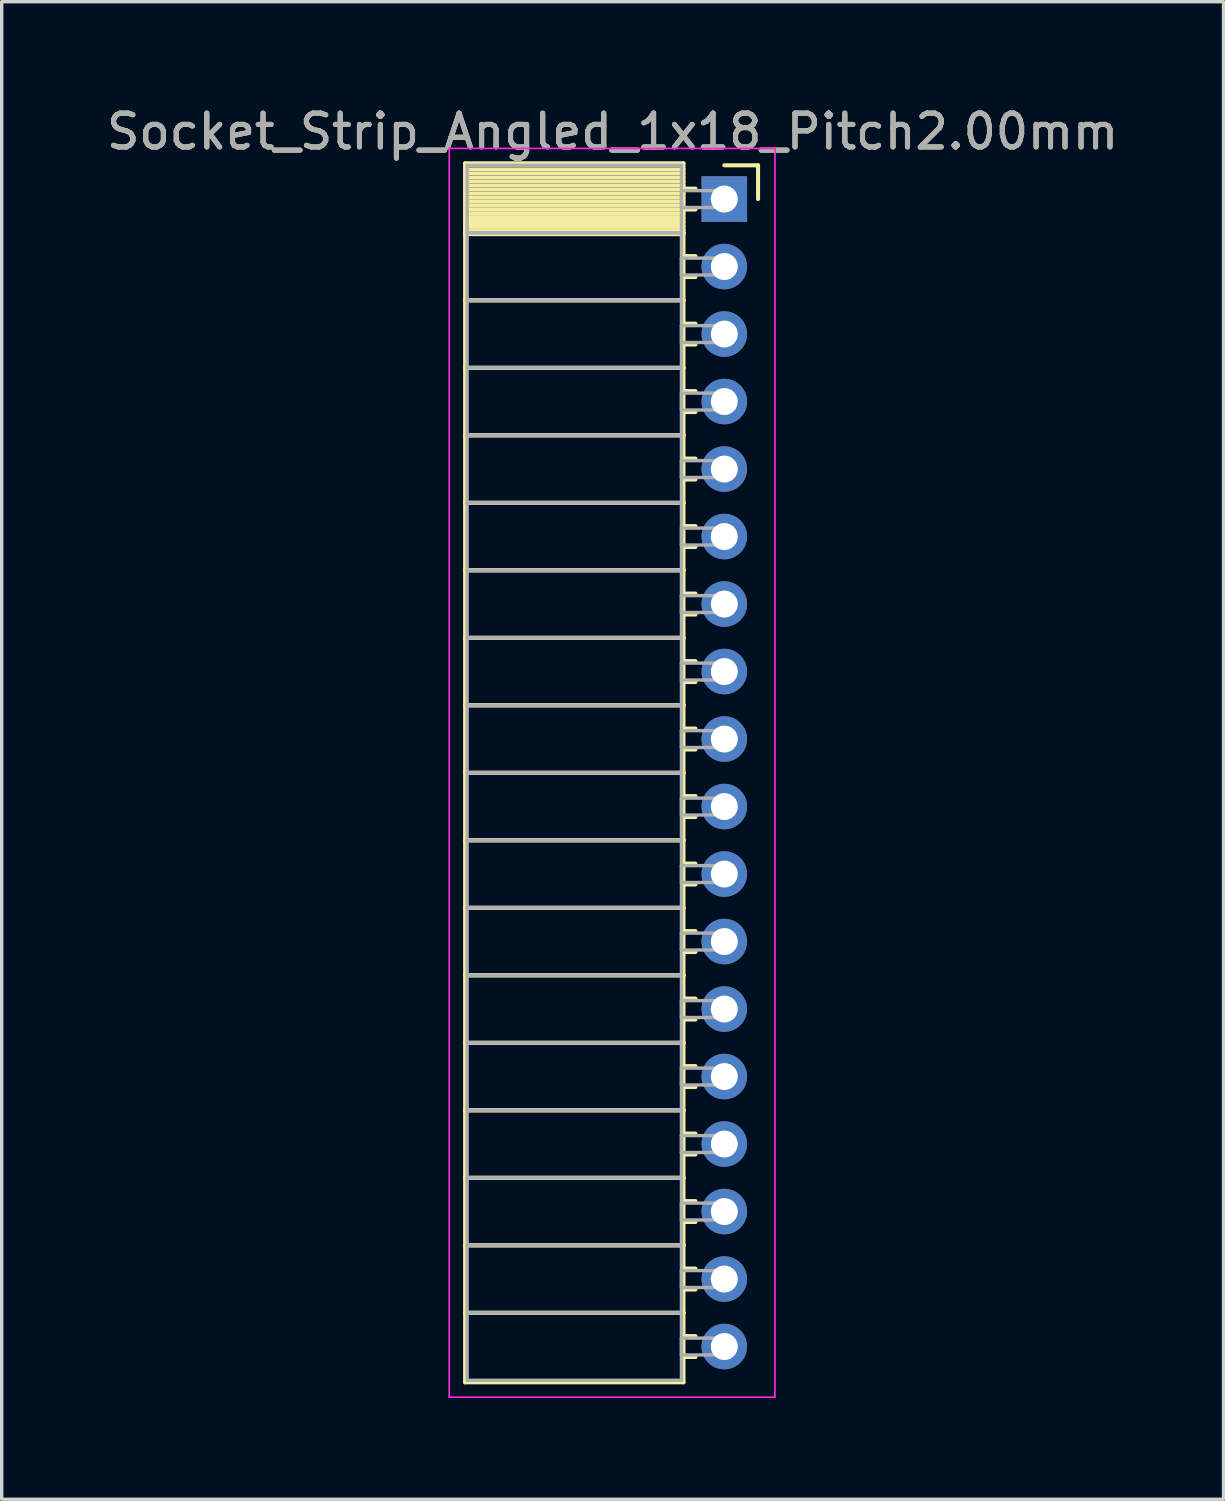
<source format=kicad_pcb>
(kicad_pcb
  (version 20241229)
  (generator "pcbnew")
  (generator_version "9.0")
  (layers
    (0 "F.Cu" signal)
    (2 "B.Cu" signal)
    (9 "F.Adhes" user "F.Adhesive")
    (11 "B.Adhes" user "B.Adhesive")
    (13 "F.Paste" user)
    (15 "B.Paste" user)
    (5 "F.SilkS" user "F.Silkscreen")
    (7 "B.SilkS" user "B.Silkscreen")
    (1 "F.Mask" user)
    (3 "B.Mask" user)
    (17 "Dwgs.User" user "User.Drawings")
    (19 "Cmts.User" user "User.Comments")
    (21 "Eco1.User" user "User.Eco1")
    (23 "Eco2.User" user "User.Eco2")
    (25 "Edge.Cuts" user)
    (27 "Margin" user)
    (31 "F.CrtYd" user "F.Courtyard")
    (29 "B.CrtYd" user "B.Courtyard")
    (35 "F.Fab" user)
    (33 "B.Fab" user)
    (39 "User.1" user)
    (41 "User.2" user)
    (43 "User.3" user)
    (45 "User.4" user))
  (footprint "Socket_Strip_Angled_1x18_Pitch2.00mm"
    (layer "F.Cu")
    (at 18.411 2.848)
    (property "Reference" "Socket_Strip_Angled_1x18_Pitch2.00mm" (at -3.31 -2 0) (layer "F.SilkS") (effects (font (size 1 1) (thickness 0.15))))
    (attr through_hole)
    (fp_line (start -7.68 -1.06) (end -1.21 -1.06) (stroke (width 0.12) (type solid)) (layer "F.SilkS"))
    (fp_line (start -7.68 1) (end -7.68 -1.06) (stroke (width 0.12) (type solid)) (layer "F.SilkS"))
    (fp_line (start -7.68 1) (end -1.21 1) (stroke (width 0.12) (type solid)) (layer "F.SilkS"))
    (fp_line (start -7.68 3) (end -7.68 1) (stroke (width 0.12) (type solid)) (layer "F.SilkS"))
    (fp_line (start -7.68 3) (end -1.21 3) (stroke (width 0.12) (type solid)) (layer "F.SilkS"))
    (fp_line (start -7.68 5) (end -7.68 3) (stroke (width 0.12) (type solid)) (layer "F.SilkS"))
    (fp_line (start -7.68 5) (end -1.21 5) (stroke (width 0.12) (type solid)) (layer "F.SilkS"))
    (fp_line (start -7.68 7) (end -7.68 5) (stroke (width 0.12) (type solid)) (layer "F.SilkS"))
    (fp_line (start -7.68 7) (end -1.21 7) (stroke (width 0.12) (type solid)) (layer "F.SilkS"))
    (fp_line (start -7.68 9) (end -7.68 7) (stroke (width 0.12) (type solid)) (layer "F.SilkS"))
    (fp_line (start -7.68 9) (end -1.21 9) (stroke (width 0.12) (type solid)) (layer "F.SilkS"))
    (fp_line (start -7.68 11) (end -7.68 9) (stroke (width 0.12) (type solid)) (layer "F.SilkS"))
    (fp_line (start -7.68 11) (end -1.21 11) (stroke (width 0.12) (type solid)) (layer "F.SilkS"))
    (fp_line (start -7.68 13) (end -7.68 11) (stroke (width 0.12) (type solid)) (layer "F.SilkS"))
    (fp_line (start -7.68 13) (end -1.21 13) (stroke (width 0.12) (type solid)) (layer "F.SilkS"))
    (fp_line (start -7.68 15) (end -7.68 13) (stroke (width 0.12) (type solid)) (layer "F.SilkS"))
    (fp_line (start -7.68 15) (end -1.21 15) (stroke (width 0.12) (type solid)) (layer "F.SilkS"))
    (fp_line (start -7.68 17) (end -7.68 15) (stroke (width 0.12) (type solid)) (layer "F.SilkS"))
    (fp_line (start -7.68 17) (end -1.21 17) (stroke (width 0.12) (type solid)) (layer "F.SilkS"))
    (fp_line (start -7.68 19) (end -7.68 17) (stroke (width 0.12) (type solid)) (layer "F.SilkS"))
    (fp_line (start -7.68 19) (end -1.21 19) (stroke (width 0.12) (type solid)) (layer "F.SilkS"))
    (fp_line (start -7.68 21) (end -7.68 19) (stroke (width 0.12) (type solid)) (layer "F.SilkS"))
    (fp_line (start -7.68 21) (end -1.21 21) (stroke (width 0.12) (type solid)) (layer "F.SilkS"))
    (fp_line (start -7.68 23) (end -7.68 21) (stroke (width 0.12) (type solid)) (layer "F.SilkS"))
    (fp_line (start -7.68 23) (end -1.21 23) (stroke (width 0.12) (type solid)) (layer "F.SilkS"))
    (fp_line (start -7.68 25) (end -7.68 23) (stroke (width 0.12) (type solid)) (layer "F.SilkS"))
    (fp_line (start -7.68 25) (end -1.21 25) (stroke (width 0.12) (type solid)) (layer "F.SilkS"))
    (fp_line (start -7.68 27) (end -7.68 25) (stroke (width 0.12) (type solid)) (layer "F.SilkS"))
    (fp_line (start -7.68 27) (end -1.21 27) (stroke (width 0.12) (type solid)) (layer "F.SilkS"))
    (fp_line (start -7.68 29) (end -7.68 27) (stroke (width 0.12) (type solid)) (layer "F.SilkS"))
    (fp_line (start -7.68 29) (end -1.21 29) (stroke (width 0.12) (type solid)) (layer "F.SilkS"))
    (fp_line (start -7.68 31) (end -7.68 29) (stroke (width 0.12) (type solid)) (layer "F.SilkS"))
    (fp_line (start -7.68 31) (end -1.21 31) (stroke (width 0.12) (type solid)) (layer "F.SilkS"))
    (fp_line (start -7.68 33) (end -7.68 31) (stroke (width 0.12) (type solid)) (layer "F.SilkS"))
    (fp_line (start -7.68 33) (end -1.21 33) (stroke (width 0.12) (type solid)) (layer "F.SilkS"))
    (fp_line (start -7.68 35.06) (end -7.68 33) (stroke (width 0.12) (type solid)) (layer "F.SilkS"))
    (fp_line (start -1.21 -1.06) (end -1.21 1) (stroke (width 0.12) (type solid)) (layer "F.SilkS"))
    (fp_line (start -1.21 -0.88) (end -7.68 -0.88) (stroke (width 0.12) (type solid)) (layer "F.SilkS"))
    (fp_line (start -1.21 -0.76) (end -7.68 -0.76) (stroke (width 0.12) (type solid)) (layer "F.SilkS"))
    (fp_line (start -1.21 -0.64) (end -7.68 -0.64) (stroke (width 0.12) (type solid)) (layer "F.SilkS"))
    (fp_line (start -1.21 -0.52) (end -7.68 -0.52) (stroke (width 0.12) (type solid)) (layer "F.SilkS"))
    (fp_line (start -1.21 -0.4) (end -7.68 -0.4) (stroke (width 0.12) (type solid)) (layer "F.SilkS"))
    (fp_line (start -1.21 -0.28) (end -7.68 -0.28) (stroke (width 0.12) (type solid)) (layer "F.SilkS"))
    (fp_line (start -1.21 -0.16) (end -7.68 -0.16) (stroke (width 0.12) (type solid)) (layer "F.SilkS"))
    (fp_line (start -1.21 -0.04) (end -7.68 -0.04) (stroke (width 0.12) (type solid)) (layer "F.SilkS"))
    (fp_line (start -1.21 0.08) (end -7.68 0.08) (stroke (width 0.12) (type solid)) (layer "F.SilkS"))
    (fp_line (start -1.21 0.2) (end -7.68 0.2) (stroke (width 0.12) (type solid)) (layer "F.SilkS"))
    (fp_line (start -1.21 0.32) (end -7.68 0.32) (stroke (width 0.12) (type solid)) (layer "F.SilkS"))
    (fp_line (start -1.21 0.44) (end -7.68 0.44) (stroke (width 0.12) (type solid)) (layer "F.SilkS"))
    (fp_line (start -1.21 0.56) (end -7.68 0.56) (stroke (width 0.12) (type solid)) (layer "F.SilkS"))
    (fp_line (start -1.21 0.68) (end -7.68 0.68) (stroke (width 0.12) (type solid)) (layer "F.SilkS"))
    (fp_line (start -1.21 0.8) (end -7.68 0.8) (stroke (width 0.12) (type solid)) (layer "F.SilkS"))
    (fp_line (start -1.21 0.92) (end -7.68 0.92) (stroke (width 0.12) (type solid)) (layer "F.SilkS"))
    (fp_line (start -1.21 1) (end -7.68 1) (stroke (width 0.12) (type solid)) (layer "F.SilkS"))
    (fp_line (start -1.21 1) (end -1.21 3) (stroke (width 0.12) (type solid)) (layer "F.SilkS"))
    (fp_line (start -1.21 1.04) (end -7.68 1.04) (stroke (width 0.12) (type solid)) (layer "F.SilkS"))
    (fp_line (start -1.21 3) (end -7.68 3) (stroke (width 0.12) (type solid)) (layer "F.SilkS"))
    (fp_line (start -1.21 3) (end -1.21 5) (stroke (width 0.12) (type solid)) (layer "F.SilkS"))
    (fp_line (start -1.21 5) (end -7.68 5) (stroke (width 0.12) (type solid)) (layer "F.SilkS"))
    (fp_line (start -1.21 5) (end -1.21 7) (stroke (width 0.12) (type solid)) (layer "F.SilkS"))
    (fp_line (start -1.21 7) (end -7.68 7) (stroke (width 0.12) (type solid)) (layer "F.SilkS"))
    (fp_line (start -1.21 7) (end -1.21 9) (stroke (width 0.12) (type solid)) (layer "F.SilkS"))
    (fp_line (start -1.21 9) (end -7.68 9) (stroke (width 0.12) (type solid)) (layer "F.SilkS"))
    (fp_line (start -1.21 9) (end -1.21 11) (stroke (width 0.12) (type solid)) (layer "F.SilkS"))
    (fp_line (start -1.21 11) (end -7.68 11) (stroke (width 0.12) (type solid)) (layer "F.SilkS"))
    (fp_line (start -1.21 11) (end -1.21 13) (stroke (width 0.12) (type solid)) (layer "F.SilkS"))
    (fp_line (start -1.21 13) (end -7.68 13) (stroke (width 0.12) (type solid)) (layer "F.SilkS"))
    (fp_line (start -1.21 13) (end -1.21 15) (stroke (width 0.12) (type solid)) (layer "F.SilkS"))
    (fp_line (start -1.21 15) (end -7.68 15) (stroke (width 0.12) (type solid)) (layer "F.SilkS"))
    (fp_line (start -1.21 15) (end -1.21 17) (stroke (width 0.12) (type solid)) (layer "F.SilkS"))
    (fp_line (start -1.21 17) (end -7.68 17) (stroke (width 0.12) (type solid)) (layer "F.SilkS"))
    (fp_line (start -1.21 17) (end -1.21 19) (stroke (width 0.12) (type solid)) (layer "F.SilkS"))
    (fp_line (start -1.21 19) (end -7.68 19) (stroke (width 0.12) (type solid)) (layer "F.SilkS"))
    (fp_line (start -1.21 19) (end -1.21 21) (stroke (width 0.12) (type solid)) (layer "F.SilkS"))
    (fp_line (start -1.21 21) (end -7.68 21) (stroke (width 0.12) (type solid)) (layer "F.SilkS"))
    (fp_line (start -1.21 21) (end -1.21 23) (stroke (width 0.12) (type solid)) (layer "F.SilkS"))
    (fp_line (start -1.21 23) (end -7.68 23) (stroke (width 0.12) (type solid)) (layer "F.SilkS"))
    (fp_line (start -1.21 23) (end -1.21 25) (stroke (width 0.12) (type solid)) (layer "F.SilkS"))
    (fp_line (start -1.21 25) (end -7.68 25) (stroke (width 0.12) (type solid)) (layer "F.SilkS"))
    (fp_line (start -1.21 25) (end -1.21 27) (stroke (width 0.12) (type solid)) (layer "F.SilkS"))
    (fp_line (start -1.21 27) (end -7.68 27) (stroke (width 0.12) (type solid)) (layer "F.SilkS"))
    (fp_line (start -1.21 27) (end -1.21 29) (stroke (width 0.12) (type solid)) (layer "F.SilkS"))
    (fp_line (start -1.21 29) (end -7.68 29) (stroke (width 0.12) (type solid)) (layer "F.SilkS"))
    (fp_line (start -1.21 29) (end -1.21 31) (stroke (width 0.12) (type solid)) (layer "F.SilkS"))
    (fp_line (start -1.21 31) (end -7.68 31) (stroke (width 0.12) (type solid)) (layer "F.SilkS"))
    (fp_line (start -1.21 31) (end -1.21 33) (stroke (width 0.12) (type solid)) (layer "F.SilkS"))
    (fp_line (start -1.21 33) (end -7.68 33) (stroke (width 0.12) (type solid)) (layer "F.SilkS"))
    (fp_line (start -1.21 33) (end -1.21 35.06) (stroke (width 0.12) (type solid)) (layer "F.SilkS"))
    (fp_line (start -1.21 35.06) (end -7.68 35.06) (stroke (width 0.12) (type solid)) (layer "F.SilkS"))
    (fp_line (start -0.855 -0.31) (end -1.21 -0.31) (stroke (width 0.12) (type solid)) (layer "F.SilkS"))
    (fp_line (start -0.855 0.31) (end -1.21 0.31) (stroke (width 0.12) (type solid)) (layer "F.SilkS"))
    (fp_line (start -0.855 1.69) (end -1.21 1.69) (stroke (width 0.12) (type solid)) (layer "F.SilkS"))
    (fp_line (start -0.855 2.31) (end -1.21 2.31) (stroke (width 0.12) (type solid)) (layer "F.SilkS"))
    (fp_line (start -0.855 3.69) (end -1.21 3.69) (stroke (width 0.12) (type solid)) (layer "F.SilkS"))
    (fp_line (start -0.855 4.31) (end -1.21 4.31) (stroke (width 0.12) (type solid)) (layer "F.SilkS"))
    (fp_line (start -0.855 5.69) (end -1.21 5.69) (stroke (width 0.12) (type solid)) (layer "F.SilkS"))
    (fp_line (start -0.855 6.31) (end -1.21 6.31) (stroke (width 0.12) (type solid)) (layer "F.SilkS"))
    (fp_line (start -0.855 7.69) (end -1.21 7.69) (stroke (width 0.12) (type solid)) (layer "F.SilkS"))
    (fp_line (start -0.855 8.31) (end -1.21 8.31) (stroke (width 0.12) (type solid)) (layer "F.SilkS"))
    (fp_line (start -0.855 9.69) (end -1.21 9.69) (stroke (width 0.12) (type solid)) (layer "F.SilkS"))
    (fp_line (start -0.855 10.31) (end -1.21 10.31) (stroke (width 0.12) (type solid)) (layer "F.SilkS"))
    (fp_line (start -0.855 11.69) (end -1.21 11.69) (stroke (width 0.12) (type solid)) (layer "F.SilkS"))
    (fp_line (start -0.855 12.31) (end -1.21 12.31) (stroke (width 0.12) (type solid)) (layer "F.SilkS"))
    (fp_line (start -0.855 13.69) (end -1.21 13.69) (stroke (width 0.12) (type solid)) (layer "F.SilkS"))
    (fp_line (start -0.855 14.31) (end -1.21 14.31) (stroke (width 0.12) (type solid)) (layer "F.SilkS"))
    (fp_line (start -0.855 15.69) (end -1.21 15.69) (stroke (width 0.12) (type solid)) (layer "F.SilkS"))
    (fp_line (start -0.855 16.31) (end -1.21 16.31) (stroke (width 0.12) (type solid)) (layer "F.SilkS"))
    (fp_line (start -0.855 17.69) (end -1.21 17.69) (stroke (width 0.12) (type solid)) (layer "F.SilkS"))
    (fp_line (start -0.855 18.31) (end -1.21 18.31) (stroke (width 0.12) (type solid)) (layer "F.SilkS"))
    (fp_line (start -0.855 19.69) (end -1.21 19.69) (stroke (width 0.12) (type solid)) (layer "F.SilkS"))
    (fp_line (start -0.855 20.31) (end -1.21 20.31) (stroke (width 0.12) (type solid)) (layer "F.SilkS"))
    (fp_line (start -0.855 21.69) (end -1.21 21.69) (stroke (width 0.12) (type solid)) (layer "F.SilkS"))
    (fp_line (start -0.855 22.31) (end -1.21 22.31) (stroke (width 0.12) (type solid)) (layer "F.SilkS"))
    (fp_line (start -0.855 23.69) (end -1.21 23.69) (stroke (width 0.12) (type solid)) (layer "F.SilkS"))
    (fp_line (start -0.855 24.31) (end -1.21 24.31) (stroke (width 0.12) (type solid)) (layer "F.SilkS"))
    (fp_line (start -0.855 25.69) (end -1.21 25.69) (stroke (width 0.12) (type solid)) (layer "F.SilkS"))
    (fp_line (start -0.855 26.31) (end -1.21 26.31) (stroke (width 0.12) (type solid)) (layer "F.SilkS"))
    (fp_line (start -0.855 27.69) (end -1.21 27.69) (stroke (width 0.12) (type solid)) (layer "F.SilkS"))
    (fp_line (start -0.855 28.31) (end -1.21 28.31) (stroke (width 0.12) (type solid)) (layer "F.SilkS"))
    (fp_line (start -0.855 29.69) (end -1.21 29.69) (stroke (width 0.12) (type solid)) (layer "F.SilkS"))
    (fp_line (start -0.855 30.31) (end -1.21 30.31) (stroke (width 0.12) (type solid)) (layer "F.SilkS"))
    (fp_line (start -0.855 31.69) (end -1.21 31.69) (stroke (width 0.12) (type solid)) (layer "F.SilkS"))
    (fp_line (start -0.855 32.31) (end -1.21 32.31) (stroke (width 0.12) (type solid)) (layer "F.SilkS"))
    (fp_line (start -0.855 33.69) (end -1.21 33.69) (stroke (width 0.12) (type solid)) (layer "F.SilkS"))
    (fp_line (start -0.855 34.31) (end -1.21 34.31) (stroke (width 0.12) (type solid)) (layer "F.SilkS"))
    (fp_line (start 0 -1) (end 1 -1) (stroke (width 0.12) (type solid)) (layer "F.SilkS"))
    (fp_line (start 1 -1) (end 1 0) (stroke (width 0.12) (type solid)) (layer "F.SilkS"))
    (fp_line (start -8.15 -1.5) (end 1.5 -1.5) (stroke (width 0.05) (type solid)) (layer "F.CrtYd"))
    (fp_line (start -8.15 35.5) (end -8.15 -1.5) (stroke (width 0.05) (type solid)) (layer "F.CrtYd"))
    (fp_line (start 1.5 -1.5) (end 1.5 35.5) (stroke (width 0.05) (type solid)) (layer "F.CrtYd"))
    (fp_line (start 1.5 35.5) (end -8.15 35.5) (stroke (width 0.05) (type solid)) (layer "F.CrtYd"))
    (fp_line (start -7.62 -1) (end -1.27 -1) (stroke (width 0.1) (type solid)) (layer "F.Fab"))
    (fp_line (start -7.62 1) (end -7.62 -1) (stroke (width 0.1) (type solid)) (layer "F.Fab"))
    (fp_line (start -7.62 1) (end -1.27 1) (stroke (width 0.1) (type solid)) (layer "F.Fab"))
    (fp_line (start -7.62 3) (end -7.62 1) (stroke (width 0.1) (type solid)) (layer "F.Fab"))
    (fp_line (start -7.62 3) (end -1.27 3) (stroke (width 0.1) (type solid)) (layer "F.Fab"))
    (fp_line (start -7.62 5) (end -7.62 3) (stroke (width 0.1) (type solid)) (layer "F.Fab"))
    (fp_line (start -7.62 5) (end -1.27 5) (stroke (width 0.1) (type solid)) (layer "F.Fab"))
    (fp_line (start -7.62 7) (end -7.62 5) (stroke (width 0.1) (type solid)) (layer "F.Fab"))
    (fp_line (start -7.62 7) (end -1.27 7) (stroke (width 0.1) (type solid)) (layer "F.Fab"))
    (fp_line (start -7.62 9) (end -7.62 7) (stroke (width 0.1) (type solid)) (layer "F.Fab"))
    (fp_line (start -7.62 9) (end -1.27 9) (stroke (width 0.1) (type solid)) (layer "F.Fab"))
    (fp_line (start -7.62 11) (end -7.62 9) (stroke (width 0.1) (type solid)) (layer "F.Fab"))
    (fp_line (start -7.62 11) (end -1.27 11) (stroke (width 0.1) (type solid)) (layer "F.Fab"))
    (fp_line (start -7.62 13) (end -7.62 11) (stroke (width 0.1) (type solid)) (layer "F.Fab"))
    (fp_line (start -7.62 13) (end -1.27 13) (stroke (width 0.1) (type solid)) (layer "F.Fab"))
    (fp_line (start -7.62 15) (end -7.62 13) (stroke (width 0.1) (type solid)) (layer "F.Fab"))
    (fp_line (start -7.62 15) (end -1.27 15) (stroke (width 0.1) (type solid)) (layer "F.Fab"))
    (fp_line (start -7.62 17) (end -7.62 15) (stroke (width 0.1) (type solid)) (layer "F.Fab"))
    (fp_line (start -7.62 17) (end -1.27 17) (stroke (width 0.1) (type solid)) (layer "F.Fab"))
    (fp_line (start -7.62 19) (end -7.62 17) (stroke (width 0.1) (type solid)) (layer "F.Fab"))
    (fp_line (start -7.62 19) (end -1.27 19) (stroke (width 0.1) (type solid)) (layer "F.Fab"))
    (fp_line (start -7.62 21) (end -7.62 19) (stroke (width 0.1) (type solid)) (layer "F.Fab"))
    (fp_line (start -7.62 21) (end -1.27 21) (stroke (width 0.1) (type solid)) (layer "F.Fab"))
    (fp_line (start -7.62 23) (end -7.62 21) (stroke (width 0.1) (type solid)) (layer "F.Fab"))
    (fp_line (start -7.62 23) (end -1.27 23) (stroke (width 0.1) (type solid)) (layer "F.Fab"))
    (fp_line (start -7.62 25) (end -7.62 23) (stroke (width 0.1) (type solid)) (layer "F.Fab"))
    (fp_line (start -7.62 25) (end -1.27 25) (stroke (width 0.1) (type solid)) (layer "F.Fab"))
    (fp_line (start -7.62 27) (end -7.62 25) (stroke (width 0.1) (type solid)) (layer "F.Fab"))
    (fp_line (start -7.62 27) (end -1.27 27) (stroke (width 0.1) (type solid)) (layer "F.Fab"))
    (fp_line (start -7.62 29) (end -7.62 27) (stroke (width 0.1) (type solid)) (layer "F.Fab"))
    (fp_line (start -7.62 29) (end -1.27 29) (stroke (width 0.1) (type solid)) (layer "F.Fab"))
    (fp_line (start -7.62 31) (end -7.62 29) (stroke (width 0.1) (type solid)) (layer "F.Fab"))
    (fp_line (start -7.62 31) (end -1.27 31) (stroke (width 0.1) (type solid)) (layer "F.Fab"))
    (fp_line (start -7.62 33) (end -7.62 31) (stroke (width 0.1) (type solid)) (layer "F.Fab"))
    (fp_line (start -7.62 33) (end -1.27 33) (stroke (width 0.1) (type solid)) (layer "F.Fab"))
    (fp_line (start -7.62 35) (end -7.62 33) (stroke (width 0.1) (type solid)) (layer "F.Fab"))
    (fp_line (start -1.27 -1) (end -1.27 1) (stroke (width 0.1) (type solid)) (layer "F.Fab"))
    (fp_line (start -1.27 -0.25) (end 0 -0.25) (stroke (width 0.1) (type solid)) (layer "F.Fab"))
    (fp_line (start -1.27 0.25) (end -1.27 -0.25) (stroke (width 0.1) (type solid)) (layer "F.Fab"))
    (fp_line (start -1.27 1) (end -7.62 1) (stroke (width 0.1) (type solid)) (layer "F.Fab"))
    (fp_line (start -1.27 1) (end -1.27 3) (stroke (width 0.1) (type solid)) (layer "F.Fab"))
    (fp_line (start -1.27 1.75) (end 0 1.75) (stroke (width 0.1) (type solid)) (layer "F.Fab"))
    (fp_line (start -1.27 2.25) (end -1.27 1.75) (stroke (width 0.1) (type solid)) (layer "F.Fab"))
    (fp_line (start -1.27 3) (end -7.62 3) (stroke (width 0.1) (type solid)) (layer "F.Fab"))
    (fp_line (start -1.27 3) (end -1.27 5) (stroke (width 0.1) (type solid)) (layer "F.Fab"))
    (fp_line (start -1.27 3.75) (end 0 3.75) (stroke (width 0.1) (type solid)) (layer "F.Fab"))
    (fp_line (start -1.27 4.25) (end -1.27 3.75) (stroke (width 0.1) (type solid)) (layer "F.Fab"))
    (fp_line (start -1.27 5) (end -7.62 5) (stroke (width 0.1) (type solid)) (layer "F.Fab"))
    (fp_line (start -1.27 5) (end -1.27 7) (stroke (width 0.1) (type solid)) (layer "F.Fab"))
    (fp_line (start -1.27 5.75) (end 0 5.75) (stroke (width 0.1) (type solid)) (layer "F.Fab"))
    (fp_line (start -1.27 6.25) (end -1.27 5.75) (stroke (width 0.1) (type solid)) (layer "F.Fab"))
    (fp_line (start -1.27 7) (end -7.62 7) (stroke (width 0.1) (type solid)) (layer "F.Fab"))
    (fp_line (start -1.27 7) (end -1.27 9) (stroke (width 0.1) (type solid)) (layer "F.Fab"))
    (fp_line (start -1.27 7.75) (end 0 7.75) (stroke (width 0.1) (type solid)) (layer "F.Fab"))
    (fp_line (start -1.27 8.25) (end -1.27 7.75) (stroke (width 0.1) (type solid)) (layer "F.Fab"))
    (fp_line (start -1.27 9) (end -7.62 9) (stroke (width 0.1) (type solid)) (layer "F.Fab"))
    (fp_line (start -1.27 9) (end -1.27 11) (stroke (width 0.1) (type solid)) (layer "F.Fab"))
    (fp_line (start -1.27 9.75) (end 0 9.75) (stroke (width 0.1) (type solid)) (layer "F.Fab"))
    (fp_line (start -1.27 10.25) (end -1.27 9.75) (stroke (width 0.1) (type solid)) (layer "F.Fab"))
    (fp_line (start -1.27 11) (end -7.62 11) (stroke (width 0.1) (type solid)) (layer "F.Fab"))
    (fp_line (start -1.27 11) (end -1.27 13) (stroke (width 0.1) (type solid)) (layer "F.Fab"))
    (fp_line (start -1.27 11.75) (end 0 11.75) (stroke (width 0.1) (type solid)) (layer "F.Fab"))
    (fp_line (start -1.27 12.25) (end -1.27 11.75) (stroke (width 0.1) (type solid)) (layer "F.Fab"))
    (fp_line (start -1.27 13) (end -7.62 13) (stroke (width 0.1) (type solid)) (layer "F.Fab"))
    (fp_line (start -1.27 13) (end -1.27 15) (stroke (width 0.1) (type solid)) (layer "F.Fab"))
    (fp_line (start -1.27 13.75) (end 0 13.75) (stroke (width 0.1) (type solid)) (layer "F.Fab"))
    (fp_line (start -1.27 14.25) (end -1.27 13.75) (stroke (width 0.1) (type solid)) (layer "F.Fab"))
    (fp_line (start -1.27 15) (end -7.62 15) (stroke (width 0.1) (type solid)) (layer "F.Fab"))
    (fp_line (start -1.27 15) (end -1.27 17) (stroke (width 0.1) (type solid)) (layer "F.Fab"))
    (fp_line (start -1.27 15.75) (end 0 15.75) (stroke (width 0.1) (type solid)) (layer "F.Fab"))
    (fp_line (start -1.27 16.25) (end -1.27 15.75) (stroke (width 0.1) (type solid)) (layer "F.Fab"))
    (fp_line (start -1.27 17) (end -7.62 17) (stroke (width 0.1) (type solid)) (layer "F.Fab"))
    (fp_line (start -1.27 17) (end -1.27 19) (stroke (width 0.1) (type solid)) (layer "F.Fab"))
    (fp_line (start -1.27 17.75) (end 0 17.75) (stroke (width 0.1) (type solid)) (layer "F.Fab"))
    (fp_line (start -1.27 18.25) (end -1.27 17.75) (stroke (width 0.1) (type solid)) (layer "F.Fab"))
    (fp_line (start -1.27 19) (end -7.62 19) (stroke (width 0.1) (type solid)) (layer "F.Fab"))
    (fp_line (start -1.27 19) (end -1.27 21) (stroke (width 0.1) (type solid)) (layer "F.Fab"))
    (fp_line (start -1.27 19.75) (end 0 19.75) (stroke (width 0.1) (type solid)) (layer "F.Fab"))
    (fp_line (start -1.27 20.25) (end -1.27 19.75) (stroke (width 0.1) (type solid)) (layer "F.Fab"))
    (fp_line (start -1.27 21) (end -7.62 21) (stroke (width 0.1) (type solid)) (layer "F.Fab"))
    (fp_line (start -1.27 21) (end -1.27 23) (stroke (width 0.1) (type solid)) (layer "F.Fab"))
    (fp_line (start -1.27 21.75) (end 0 21.75) (stroke (width 0.1) (type solid)) (layer "F.Fab"))
    (fp_line (start -1.27 22.25) (end -1.27 21.75) (stroke (width 0.1) (type solid)) (layer "F.Fab"))
    (fp_line (start -1.27 23) (end -7.62 23) (stroke (width 0.1) (type solid)) (layer "F.Fab"))
    (fp_line (start -1.27 23) (end -1.27 25) (stroke (width 0.1) (type solid)) (layer "F.Fab"))
    (fp_line (start -1.27 23.75) (end 0 23.75) (stroke (width 0.1) (type solid)) (layer "F.Fab"))
    (fp_line (start -1.27 24.25) (end -1.27 23.75) (stroke (width 0.1) (type solid)) (layer "F.Fab"))
    (fp_line (start -1.27 25) (end -7.62 25) (stroke (width 0.1) (type solid)) (layer "F.Fab"))
    (fp_line (start -1.27 25) (end -1.27 27) (stroke (width 0.1) (type solid)) (layer "F.Fab"))
    (fp_line (start -1.27 25.75) (end 0 25.75) (stroke (width 0.1) (type solid)) (layer "F.Fab"))
    (fp_line (start -1.27 26.25) (end -1.27 25.75) (stroke (width 0.1) (type solid)) (layer "F.Fab"))
    (fp_line (start -1.27 27) (end -7.62 27) (stroke (width 0.1) (type solid)) (layer "F.Fab"))
    (fp_line (start -1.27 27) (end -1.27 29) (stroke (width 0.1) (type solid)) (layer "F.Fab"))
    (fp_line (start -1.27 27.75) (end 0 27.75) (stroke (width 0.1) (type solid)) (layer "F.Fab"))
    (fp_line (start -1.27 28.25) (end -1.27 27.75) (stroke (width 0.1) (type solid)) (layer "F.Fab"))
    (fp_line (start -1.27 29) (end -7.62 29) (stroke (width 0.1) (type solid)) (layer "F.Fab"))
    (fp_line (start -1.27 29) (end -1.27 31) (stroke (width 0.1) (type solid)) (layer "F.Fab"))
    (fp_line (start -1.27 29.75) (end 0 29.75) (stroke (width 0.1) (type solid)) (layer "F.Fab"))
    (fp_line (start -1.27 30.25) (end -1.27 29.75) (stroke (width 0.1) (type solid)) (layer "F.Fab"))
    (fp_line (start -1.27 31) (end -7.62 31) (stroke (width 0.1) (type solid)) (layer "F.Fab"))
    (fp_line (start -1.27 31) (end -1.27 33) (stroke (width 0.1) (type solid)) (layer "F.Fab"))
    (fp_line (start -1.27 31.75) (end 0 31.75) (stroke (width 0.1) (type solid)) (layer "F.Fab"))
    (fp_line (start -1.27 32.25) (end -1.27 31.75) (stroke (width 0.1) (type solid)) (layer "F.Fab"))
    (fp_line (start -1.27 33) (end -7.62 33) (stroke (width 0.1) (type solid)) (layer "F.Fab"))
    (fp_line (start -1.27 33) (end -1.27 35) (stroke (width 0.1) (type solid)) (layer "F.Fab"))
    (fp_line (start -1.27 33.75) (end 0 33.75) (stroke (width 0.1) (type solid)) (layer "F.Fab"))
    (fp_line (start -1.27 34.25) (end -1.27 33.75) (stroke (width 0.1) (type solid)) (layer "F.Fab"))
    (fp_line (start -1.27 35) (end -7.62 35) (stroke (width 0.1) (type solid)) (layer "F.Fab"))
    (fp_line (start 0 -0.25) (end 0 0.25) (stroke (width 0.1) (type solid)) (layer "F.Fab"))
    (fp_line (start 0 0.25) (end -1.27 0.25) (stroke (width 0.1) (type solid)) (layer "F.Fab"))
    (fp_line (start 0 1.75) (end 0 2.25) (stroke (width 0.1) (type solid)) (layer "F.Fab"))
    (fp_line (start 0 2.25) (end -1.27 2.25) (stroke (width 0.1) (type solid)) (layer "F.Fab"))
    (fp_line (start 0 3.75) (end 0 4.25) (stroke (width 0.1) (type solid)) (layer "F.Fab"))
    (fp_line (start 0 4.25) (end -1.27 4.25) (stroke (width 0.1) (type solid)) (layer "F.Fab"))
    (fp_line (start 0 5.75) (end 0 6.25) (stroke (width 0.1) (type solid)) (layer "F.Fab"))
    (fp_line (start 0 6.25) (end -1.27 6.25) (stroke (width 0.1) (type solid)) (layer "F.Fab"))
    (fp_line (start 0 7.75) (end 0 8.25) (stroke (width 0.1) (type solid)) (layer "F.Fab"))
    (fp_line (start 0 8.25) (end -1.27 8.25) (stroke (width 0.1) (type solid)) (layer "F.Fab"))
    (fp_line (start 0 9.75) (end 0 10.25) (stroke (width 0.1) (type solid)) (layer "F.Fab"))
    (fp_line (start 0 10.25) (end -1.27 10.25) (stroke (width 0.1) (type solid)) (layer "F.Fab"))
    (fp_line (start 0 11.75) (end 0 12.25) (stroke (width 0.1) (type solid)) (layer "F.Fab"))
    (fp_line (start 0 12.25) (end -1.27 12.25) (stroke (width 0.1) (type solid)) (layer "F.Fab"))
    (fp_line (start 0 13.75) (end 0 14.25) (stroke (width 0.1) (type solid)) (layer "F.Fab"))
    (fp_line (start 0 14.25) (end -1.27 14.25) (stroke (width 0.1) (type solid)) (layer "F.Fab"))
    (fp_line (start 0 15.75) (end 0 16.25) (stroke (width 0.1) (type solid)) (layer "F.Fab"))
    (fp_line (start 0 16.25) (end -1.27 16.25) (stroke (width 0.1) (type solid)) (layer "F.Fab"))
    (fp_line (start 0 17.75) (end 0 18.25) (stroke (width 0.1) (type solid)) (layer "F.Fab"))
    (fp_line (start 0 18.25) (end -1.27 18.25) (stroke (width 0.1) (type solid)) (layer "F.Fab"))
    (fp_line (start 0 19.75) (end 0 20.25) (stroke (width 0.1) (type solid)) (layer "F.Fab"))
    (fp_line (start 0 20.25) (end -1.27 20.25) (stroke (width 0.1) (type solid)) (layer "F.Fab"))
    (fp_line (start 0 21.75) (end 0 22.25) (stroke (width 0.1) (type solid)) (layer "F.Fab"))
    (fp_line (start 0 22.25) (end -1.27 22.25) (stroke (width 0.1) (type solid)) (layer "F.Fab"))
    (fp_line (start 0 23.75) (end 0 24.25) (stroke (width 0.1) (type solid)) (layer "F.Fab"))
    (fp_line (start 0 24.25) (end -1.27 24.25) (stroke (width 0.1) (type solid)) (layer "F.Fab"))
    (fp_line (start 0 25.75) (end 0 26.25) (stroke (width 0.1) (type solid)) (layer "F.Fab"))
    (fp_line (start 0 26.25) (end -1.27 26.25) (stroke (width 0.1) (type solid)) (layer "F.Fab"))
    (fp_line (start 0 27.75) (end 0 28.25) (stroke (width 0.1) (type solid)) (layer "F.Fab"))
    (fp_line (start 0 28.25) (end -1.27 28.25) (stroke (width 0.1) (type solid)) (layer "F.Fab"))
    (fp_line (start 0 29.75) (end 0 30.25) (stroke (width 0.1) (type solid)) (layer "F.Fab"))
    (fp_line (start 0 30.25) (end -1.27 30.25) (stroke (width 0.1) (type solid)) (layer "F.Fab"))
    (fp_line (start 0 31.75) (end 0 32.25) (stroke (width 0.1) (type solid)) (layer "F.Fab"))
    (fp_line (start 0 32.25) (end -1.27 32.25) (stroke (width 0.1) (type solid)) (layer "F.Fab"))
    (fp_line (start 0 33.75) (end 0 34.25) (stroke (width 0.1) (type solid)) (layer "F.Fab"))
    (fp_line (start 0 34.25) (end -1.27 34.25) (stroke (width 0.1) (type solid)) (layer "F.Fab"))
    (fp_text user "${REFERENCE}" (at -3.31 -2 0) (layer "F.Fab") (effects (font (size 1 1) (thickness 0.15))))
    (pad "1" thru_hole rect (at 0 0) (size 1.35 1.35) (drill 0.8) (layers "*.Cu" "*.Mask"))
    (pad "2" thru_hole oval (at 0 2) (size 1.35 1.35) (drill 0.8) (layers "*.Cu" "*.Mask"))
    (pad "3" thru_hole oval (at 0 4) (size 1.35 1.35) (drill 0.8) (layers "*.Cu" "*.Mask"))
    (pad "4" thru_hole oval (at 0 6) (size 1.35 1.35) (drill 0.8) (layers "*.Cu" "*.Mask"))
    (pad "5" thru_hole oval (at 0 8) (size 1.35 1.35) (drill 0.8) (layers "*.Cu" "*.Mask"))
    (pad "6" thru_hole oval (at 0 10) (size 1.35 1.35) (drill 0.8) (layers "*.Cu" "*.Mask"))
    (pad "7" thru_hole oval (at 0 12) (size 1.35 1.35) (drill 0.8) (layers "*.Cu" "*.Mask"))
    (pad "8" thru_hole oval (at 0 14) (size 1.35 1.35) (drill 0.8) (layers "*.Cu" "*.Mask"))
    (pad "9" thru_hole oval (at 0 16) (size 1.35 1.35) (drill 0.8) (layers "*.Cu" "*.Mask"))
    (pad "10" thru_hole oval (at 0 18) (size 1.35 1.35) (drill 0.8) (layers "*.Cu" "*.Mask"))
    (pad "11" thru_hole oval (at 0 20) (size 1.35 1.35) (drill 0.8) (layers "*.Cu" "*.Mask"))
    (pad "12" thru_hole oval (at 0 22) (size 1.35 1.35) (drill 0.8) (layers "*.Cu" "*.Mask"))
    (pad "13" thru_hole oval (at 0 24) (size 1.35 1.35) (drill 0.8) (layers "*.Cu" "*.Mask"))
    (pad "14" thru_hole oval (at 0 26) (size 1.35 1.35) (drill 0.8) (layers "*.Cu" "*.Mask"))
    (pad "15" thru_hole oval (at 0 28) (size 1.35 1.35) (drill 0.8) (layers "*.Cu" "*.Mask"))
    (pad "16" thru_hole oval (at 0 30) (size 1.35 1.35) (drill 0.8) (layers "*.Cu" "*.Mask"))
    (pad "17" thru_hole oval (at 0 32) (size 1.35 1.35) (drill 0.8) (layers "*.Cu" "*.Mask"))
    (pad "18" thru_hole oval (at 0 34) (size 1.35 1.35) (drill 0.8) (layers "*.Cu" "*.Mask")))
  (gr_rect
    (start -3 -3)
    (end 33.202 41.373)
    (stroke (width 0.1) (type default))
    (fill no)
    (layer "Edge.Cuts")))
</source>
